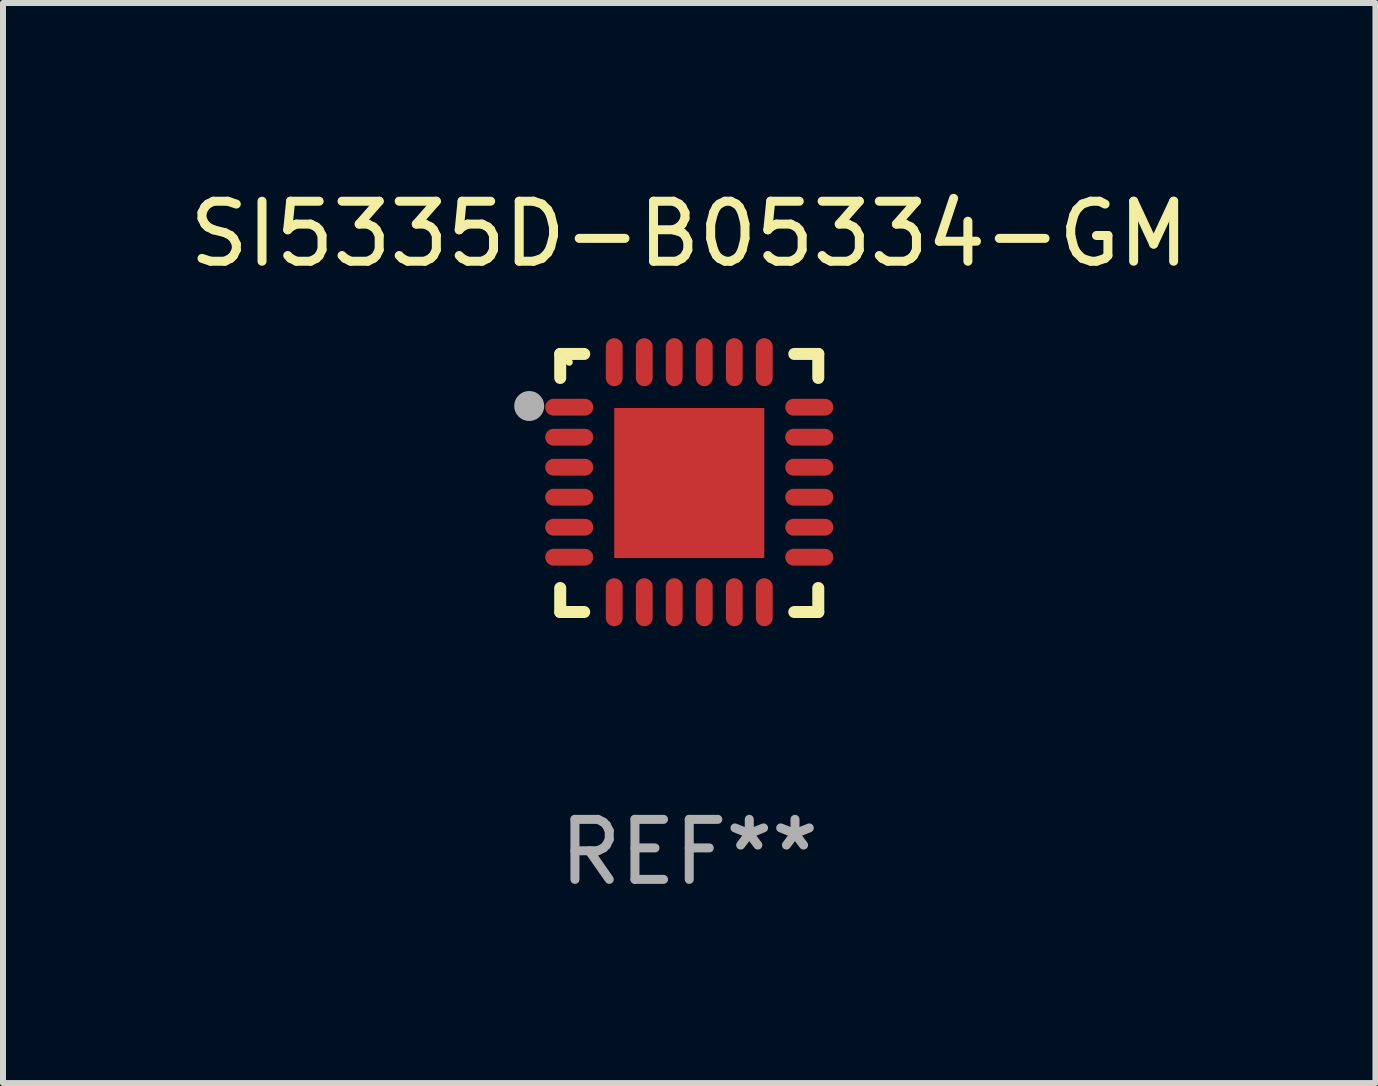
<source format=kicad_pcb>
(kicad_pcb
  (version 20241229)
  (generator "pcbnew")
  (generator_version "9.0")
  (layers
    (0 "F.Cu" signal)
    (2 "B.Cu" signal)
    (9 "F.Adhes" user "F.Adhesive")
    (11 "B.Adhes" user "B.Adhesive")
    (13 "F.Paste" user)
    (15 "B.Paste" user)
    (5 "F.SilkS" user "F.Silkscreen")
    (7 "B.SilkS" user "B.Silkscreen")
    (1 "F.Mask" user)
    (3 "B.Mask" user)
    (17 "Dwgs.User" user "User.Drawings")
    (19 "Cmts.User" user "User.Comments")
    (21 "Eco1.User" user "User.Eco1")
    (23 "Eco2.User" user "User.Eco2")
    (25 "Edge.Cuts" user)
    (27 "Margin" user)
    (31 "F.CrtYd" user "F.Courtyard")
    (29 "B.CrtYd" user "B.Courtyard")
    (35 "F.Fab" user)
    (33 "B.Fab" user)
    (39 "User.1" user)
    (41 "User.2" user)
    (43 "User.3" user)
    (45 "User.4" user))
  (footprint "SI5335D-B05334-GM"
    (layer "F.Cu")
    (at 8.435 4.998)
    (property "Reference" "SI5335D-B05334-GM" (at 0 -4.15 0) (layer "F.SilkS") (effects (font (size 1 1) (thickness 0.15))))
    (attr through_hole)
    (fp_line (start -2.15 -2.15) (end -1.75 -2.15) (stroke (width 0.2) (type solid)) (layer "F.SilkS"))
    (fp_line (start -2.15 -1.75) (end -2.15 -2.15) (stroke (width 0.2) (type solid)) (layer "F.SilkS"))
    (fp_line (start -2.15 2.15) (end -2.15 1.75) (stroke (width 0.2) (type solid)) (layer "F.SilkS"))
    (fp_line (start -1.75 2.15) (end -2.15 2.15) (stroke (width 0.2) (type solid)) (layer "F.SilkS"))
    (fp_line (start 1.75 -2.15) (end 2.15 -2.15) (stroke (width 0.2) (type solid)) (layer "F.SilkS"))
    (fp_line (start 1.75 2.15) (end 2.15 2.15) (stroke (width 0.2) (type solid)) (layer "F.SilkS"))
    (fp_line (start 2.15 -2.15) (end 2.15 -1.75) (stroke (width 0.2) (type solid)) (layer "F.SilkS"))
    (fp_line (start 2.15 2.15) (end 2.15 1.75) (stroke (width 0.2) (type solid)) (layer "F.SilkS"))
    (fp_circle (center -2 -2.013) (end -1.97 -2.013) (stroke (width 0.06) (type solid)) (fill no) (layer "F.SilkS"))
    (fp_circle (center -2.667 -1.283) (end -2.542 -1.283) (stroke (width 0.25) (type solid)) (fill no) (layer "F.Fab"))
    (fp_text user "REF**" (at 0 6.15 0) (layer "F.Fab") (effects (font (size 1 1) (thickness 0.15))))
    (pad "1" smd oval (at -2 -1.263) (size 0.8 0.28) (layers "F.Cu" "F.Mask" "F.Paste"))
    (pad "2" smd oval (at -2 -0.763) (size 0.8 0.28) (layers "F.Cu" "F.Mask" "F.Paste"))
    (pad "3" smd oval (at -2 -0.263) (size 0.8 0.28) (layers "F.Cu" "F.Mask" "F.Paste"))
    (pad "4" smd oval (at -2 0.237) (size 0.8 0.28) (layers "F.Cu" "F.Mask" "F.Paste"))
    (pad "5" smd oval (at -2 0.737) (size 0.8 0.28) (layers "F.Cu" "F.Mask" "F.Paste"))
    (pad "6" smd oval (at -2 1.237) (size 0.8 0.28) (layers "F.Cu" "F.Mask" "F.Paste"))
    (pad "7" smd oval (at -1.25 1.987) (size 0.28 0.8) (layers "F.Cu" "F.Mask" "F.Paste"))
    (pad "8" smd oval (at -0.75 1.987) (size 0.28 0.8) (layers "F.Cu" "F.Mask" "F.Paste"))
    (pad "9" smd oval (at -0.25 1.987) (size 0.28 0.8) (layers "F.Cu" "F.Mask" "F.Paste"))
    (pad "10" smd oval (at 0.25 1.987) (size 0.28 0.8) (layers "F.Cu" "F.Mask" "F.Paste"))
    (pad "11" smd oval (at 0.75 1.987) (size 0.28 0.8) (layers "F.Cu" "F.Mask" "F.Paste"))
    (pad "12" smd oval (at 1.25 1.987) (size 0.28 0.8) (layers "F.Cu" "F.Mask" "F.Paste"))
    (pad "13" smd oval (at 2 1.237) (size 0.8 0.28) (layers "F.Cu" "F.Mask" "F.Paste"))
    (pad "14" smd oval (at 2 0.737) (size 0.8 0.28) (layers "F.Cu" "F.Mask" "F.Paste"))
    (pad "15" smd oval (at 2 0.237) (size 0.8 0.28) (layers "F.Cu" "F.Mask" "F.Paste"))
    (pad "16" smd oval (at 2 -0.263) (size 0.8 0.28) (layers "F.Cu" "F.Mask" "F.Paste"))
    (pad "17" smd oval (at 2 -0.763) (size 0.8 0.28) (layers "F.Cu" "F.Mask" "F.Paste"))
    (pad "18" smd oval (at 2 -1.263) (size 0.8 0.28) (layers "F.Cu" "F.Mask" "F.Paste"))
    (pad "19" smd oval (at 1.25 -2.013) (size 0.28 0.8) (layers "F.Cu" "F.Mask" "F.Paste"))
    (pad "20" smd oval (at 0.75 -2.013) (size 0.28 0.8) (layers "F.Cu" "F.Mask" "F.Paste"))
    (pad "21" smd oval (at 0.25 -2.013) (size 0.28 0.8) (layers "F.Cu" "F.Mask" "F.Paste"))
    (pad "22" smd oval (at -0.25 -2.013) (size 0.28 0.8) (layers "F.Cu" "F.Mask" "F.Paste"))
    (pad "23" smd oval (at -0.75 -2.013) (size 0.28 0.8) (layers "F.Cu" "F.Mask" "F.Paste"))
    (pad "24" smd oval (at -1.25 -2.013) (size 0.28 0.8) (layers "F.Cu" "F.Mask" "F.Paste"))
    (pad "25" smd rect (at -0.000127 -0.00014) (size 2.5 2.5) (layers "F.Cu" "F.Mask" "F.Paste")))
  (gr_rect
    (start -3 -3)
    (end 19.869 14.997)
    (stroke (width 0.1) (type default))
    (fill no)
    (layer "Edge.Cuts")))
</source>
